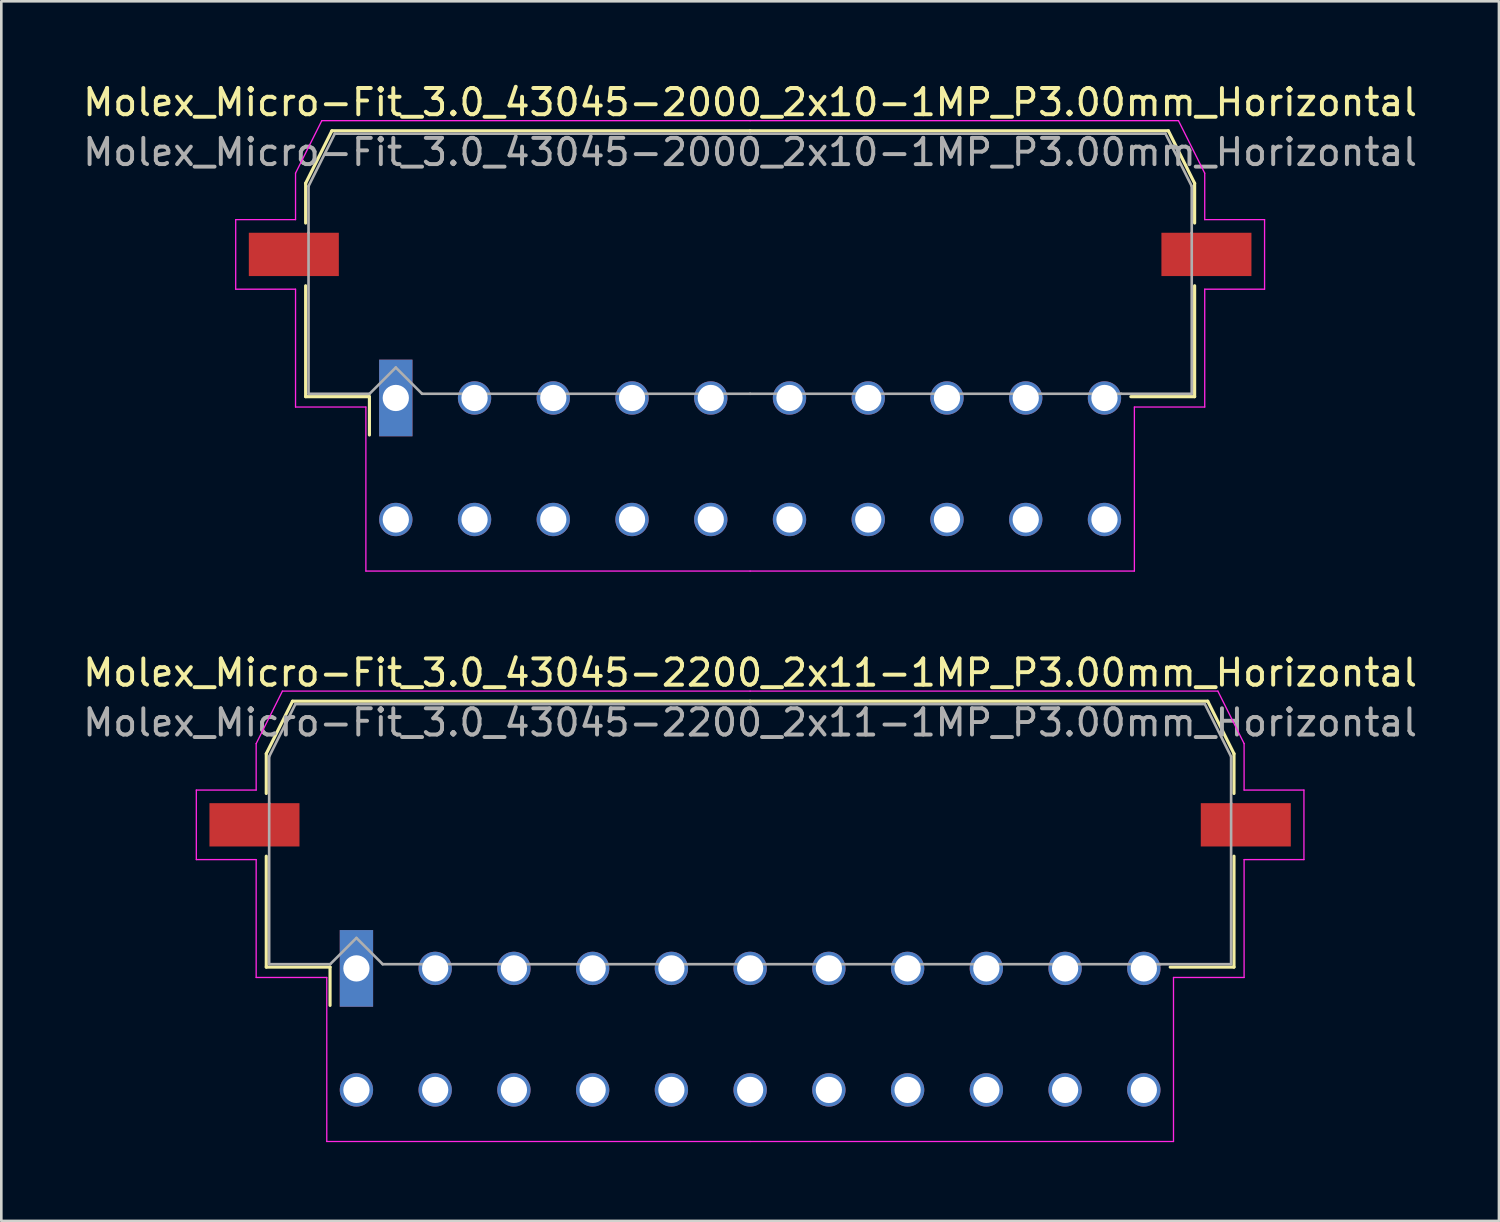
<source format=kicad_pcb>
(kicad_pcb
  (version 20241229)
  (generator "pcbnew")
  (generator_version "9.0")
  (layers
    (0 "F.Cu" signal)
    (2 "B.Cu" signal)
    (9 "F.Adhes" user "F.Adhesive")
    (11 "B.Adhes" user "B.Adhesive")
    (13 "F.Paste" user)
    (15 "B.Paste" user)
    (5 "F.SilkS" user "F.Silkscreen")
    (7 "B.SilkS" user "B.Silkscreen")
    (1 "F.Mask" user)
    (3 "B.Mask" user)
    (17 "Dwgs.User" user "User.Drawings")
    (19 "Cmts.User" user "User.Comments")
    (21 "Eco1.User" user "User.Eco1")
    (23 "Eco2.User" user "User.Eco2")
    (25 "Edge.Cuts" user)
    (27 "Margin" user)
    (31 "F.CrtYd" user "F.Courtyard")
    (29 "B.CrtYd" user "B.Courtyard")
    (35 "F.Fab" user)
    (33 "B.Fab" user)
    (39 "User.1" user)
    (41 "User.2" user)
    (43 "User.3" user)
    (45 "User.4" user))
  (footprint "Molex_Micro-Fit_3.0_43045-2200_2x11-1MP_P3.00mm_Horizontal"
    (layer "F.Cu")
    (at 25.53 36.161)
    (property "Reference" "Molex_Micro-Fit_3.0_43045-2200_2x11-1MP_P3.00mm_Horizontal" (at 0 -13.58 0) (layer "F.SilkS") (effects (font (size 1 1) (thickness 0.15))))
    (attr through_hole)
    (fp_line (start -18.435 -10.495) (end -18.435 -8.98) (stroke (width 0.12) (type solid)) (layer "F.SilkS"))
    (fp_line (start -18.435 -6.59) (end -18.435 -2.365) (stroke (width 0.12) (type solid)) (layer "F.SilkS"))
    (fp_line (start -18.435 -2.365) (end -16.005 -2.365) (stroke (width 0.12) (type solid)) (layer "F.SilkS"))
    (fp_line (start -17.435 -12.495) (end -18.435 -10.495) (stroke (width 0.12) (type solid)) (layer "F.SilkS"))
    (fp_line (start -16.005 -2.365) (end -16.005 -0.905) (stroke (width 0.12) (type solid)) (layer "F.SilkS"))
    (fp_line (start 0 -12.495) (end -17.435 -12.495) (stroke (width 0.12) (type solid)) (layer "F.SilkS"))
    (fp_line (start 0 -12.495) (end 17.435 -12.495) (stroke (width 0.12) (type solid)) (layer "F.SilkS"))
    (fp_line (start 17.435 -12.495) (end 18.435 -10.495) (stroke (width 0.12) (type solid)) (layer "F.SilkS"))
    (fp_line (start 18.435 -10.495) (end 18.435 -8.98) (stroke (width 0.12) (type solid)) (layer "F.SilkS"))
    (fp_line (start 18.435 -6.59) (end 18.435 -2.365) (stroke (width 0.12) (type solid)) (layer "F.SilkS"))
    (fp_line (start 18.435 -2.365) (end 16.005 -2.365) (stroke (width 0.12) (type solid)) (layer "F.SilkS"))
    (fp_line (start -21.1 -9.11) (end -21.1 -6.46) (stroke (width 0.05) (type solid)) (layer "F.CrtYd"))
    (fp_line (start -21.1 -6.46) (end -18.82 -6.46) (stroke (width 0.05) (type solid)) (layer "F.CrtYd"))
    (fp_line (start -18.82 -10.88) (end -18.82 -9.11) (stroke (width 0.05) (type solid)) (layer "F.CrtYd"))
    (fp_line (start -18.82 -9.11) (end -21.1 -9.11) (stroke (width 0.05) (type solid)) (layer "F.CrtYd"))
    (fp_line (start -18.82 -6.46) (end -18.82 -1.97) (stroke (width 0.05) (type solid)) (layer "F.CrtYd"))
    (fp_line (start -18.82 -1.97) (end -16.13 -1.97) (stroke (width 0.05) (type solid)) (layer "F.CrtYd"))
    (fp_line (start -17.82 -12.88) (end -18.82 -10.88) (stroke (width 0.05) (type solid)) (layer "F.CrtYd"))
    (fp_line (start -16.13 -1.97) (end -16.13 4.28) (stroke (width 0.05) (type solid)) (layer "F.CrtYd"))
    (fp_line (start -16.13 4.28) (end 0 4.28) (stroke (width 0.05) (type solid)) (layer "F.CrtYd"))
    (fp_line (start 0 -12.88) (end -17.82 -12.88) (stroke (width 0.05) (type solid)) (layer "F.CrtYd"))
    (fp_line (start 0 -12.88) (end 17.82 -12.88) (stroke (width 0.05) (type solid)) (layer "F.CrtYd"))
    (fp_line (start 16.13 -1.97) (end 16.13 4.28) (stroke (width 0.05) (type solid)) (layer "F.CrtYd"))
    (fp_line (start 16.13 4.28) (end 0 4.28) (stroke (width 0.05) (type solid)) (layer "F.CrtYd"))
    (fp_line (start 17.82 -12.88) (end 18.82 -10.88) (stroke (width 0.05) (type solid)) (layer "F.CrtYd"))
    (fp_line (start 18.82 -10.88) (end 18.82 -9.11) (stroke (width 0.05) (type solid)) (layer "F.CrtYd"))
    (fp_line (start 18.82 -9.11) (end 21.1 -9.11) (stroke (width 0.05) (type solid)) (layer "F.CrtYd"))
    (fp_line (start 18.82 -6.46) (end 18.82 -1.97) (stroke (width 0.05) (type solid)) (layer "F.CrtYd"))
    (fp_line (start 18.82 -1.97) (end 16.13 -1.97) (stroke (width 0.05) (type solid)) (layer "F.CrtYd"))
    (fp_line (start 21.1 -9.11) (end 21.1 -6.46) (stroke (width 0.05) (type solid)) (layer "F.CrtYd"))
    (fp_line (start 21.1 -6.46) (end 18.82 -6.46) (stroke (width 0.05) (type solid)) (layer "F.CrtYd"))
    (fp_line (start -18.325 -10.385) (end -18.325 -8.61) (stroke (width 0.1) (type solid)) (layer "F.Fab"))
    (fp_line (start -18.325 -8.61) (end -18.325 -2.475) (stroke (width 0.1) (type solid)) (layer "F.Fab"))
    (fp_line (start -18.325 -2.475) (end -16 -2.475) (stroke (width 0.1) (type solid)) (layer "F.Fab"))
    (fp_line (start -17.325 -12.385) (end -18.325 -10.385) (stroke (width 0.1) (type solid)) (layer "F.Fab"))
    (fp_line (start -16 -2.475) (end -15 -3.475) (stroke (width 0.1) (type solid)) (layer "F.Fab"))
    (fp_line (start -15 -3.475) (end -14 -2.475) (stroke (width 0.1) (type solid)) (layer "F.Fab"))
    (fp_line (start -14 -2.475) (end 0 -2.475) (stroke (width 0.1) (type solid)) (layer "F.Fab"))
    (fp_line (start 0 -12.385) (end -17.325 -12.385) (stroke (width 0.1) (type solid)) (layer "F.Fab"))
    (fp_line (start 0 -12.385) (end 17.325 -12.385) (stroke (width 0.1) (type solid)) (layer "F.Fab"))
    (fp_line (start 15.635 -2.475) (end 0 -2.475) (stroke (width 0.1) (type solid)) (layer "F.Fab"))
    (fp_line (start 17.325 -12.385) (end 18.325 -10.385) (stroke (width 0.1) (type solid)) (layer "F.Fab"))
    (fp_line (start 18.325 -10.385) (end 18.325 -8.61) (stroke (width 0.1) (type solid)) (layer "F.Fab"))
    (fp_line (start 18.325 -8.61) (end 18.325 -2.475) (stroke (width 0.1) (type solid)) (layer "F.Fab"))
    (fp_line (start 18.325 -2.475) (end 15.635 -2.475) (stroke (width 0.1) (type solid)) (layer "F.Fab"))
    (fp_text user "${REFERENCE}" (at 0 -11.68 0) (layer "F.Fab") (effects (font (size 1 1) (thickness 0.15))))
    (pad "1" thru_hole rect (at -15 -2.315) (size 1.27 2.92) (drill 1) (layers "*.Cu" "*.Mask"))
    (pad "2" thru_hole circle (at -12 -2.315) (size 1.27 1.27) (drill 1) (layers "*.Cu" "*.Mask"))
    (pad "3" thru_hole circle (at -9 -2.315) (size 1.27 1.27) (drill 1) (layers "*.Cu" "*.Mask"))
    (pad "4" thru_hole circle (at -6 -2.315) (size 1.27 1.27) (drill 1) (layers "*.Cu" "*.Mask"))
    (pad "5" thru_hole circle (at -3 -2.315) (size 1.27 1.27) (drill 1) (layers "*.Cu" "*.Mask"))
    (pad "6" thru_hole circle (at 0 -2.315) (size 1.27 1.27) (drill 1) (layers "*.Cu" "*.Mask"))
    (pad "7" thru_hole circle (at 3 -2.315) (size 1.27 1.27) (drill 1) (layers "*.Cu" "*.Mask"))
    (pad "8" thru_hole circle (at 6 -2.315) (size 1.27 1.27) (drill 1) (layers "*.Cu" "*.Mask"))
    (pad "9" thru_hole circle (at 9 -2.315) (size 1.27 1.27) (drill 1) (layers "*.Cu" "*.Mask"))
    (pad "10" thru_hole circle (at 12 -2.315) (size 1.27 1.27) (drill 1) (layers "*.Cu" "*.Mask"))
    (pad "11" thru_hole circle (at 15 -2.315) (size 1.27 1.27) (drill 1) (layers "*.Cu" "*.Mask"))
    (pad "12" thru_hole circle (at -15 2.315) (size 1.27 1.27) (drill 1) (layers "*.Cu" "*.Mask"))
    (pad "13" thru_hole circle (at -12 2.315) (size 1.27 1.27) (drill 1) (layers "*.Cu" "*.Mask"))
    (pad "14" thru_hole circle (at -9 2.315) (size 1.27 1.27) (drill 1) (layers "*.Cu" "*.Mask"))
    (pad "15" thru_hole circle (at -6 2.315) (size 1.27 1.27) (drill 1) (layers "*.Cu" "*.Mask"))
    (pad "16" thru_hole circle (at -3 2.315) (size 1.27 1.27) (drill 1) (layers "*.Cu" "*.Mask"))
    (pad "17" thru_hole circle (at 0 2.315) (size 1.27 1.27) (drill 1) (layers "*.Cu" "*.Mask"))
    (pad "18" thru_hole circle (at 3 2.315) (size 1.27 1.27) (drill 1) (layers "*.Cu" "*.Mask"))
    (pad "19" thru_hole circle (at 6 2.315) (size 1.27 1.27) (drill 1) (layers "*.Cu" "*.Mask"))
    (pad "20" thru_hole circle (at 9 2.315) (size 1.27 1.27) (drill 1) (layers "*.Cu" "*.Mask"))
    (pad "21" thru_hole circle (at 12 2.315) (size 1.27 1.27) (drill 1) (layers "*.Cu" "*.Mask"))
    (pad "22" thru_hole circle (at 15 2.315) (size 1.27 1.27) (drill 1) (layers "*.Cu" "*.Mask"))
    (pad "MP" smd rect (at -18.885 -7.785) (size 3.43 1.65) (layers "F.Cu" "F.Mask" "F.Paste"))
    (pad "MP" smd rect (at 18.885 -7.785) (size 3.43 1.65) (layers "F.Cu" "F.Mask" "F.Paste")))
  (footprint "Molex_Micro-Fit_3.0_43045-2000_2x10-1MP_P3.00mm_Horizontal"
    (layer "F.Cu")
    (at 25.53 14.428)
    (property "Reference" "Molex_Micro-Fit_3.0_43045-2000_2x10-1MP_P3.00mm_Horizontal" (at 0 -13.58 0) (layer "F.SilkS") (effects (font (size 1 1) (thickness 0.15))))
    (attr through_hole)
    (fp_line (start -16.935 -10.495) (end -16.935 -8.98) (stroke (width 0.12) (type solid)) (layer "F.SilkS"))
    (fp_line (start -16.935 -6.59) (end -16.935 -2.365) (stroke (width 0.12) (type solid)) (layer "F.SilkS"))
    (fp_line (start -16.935 -2.365) (end -14.505 -2.365) (stroke (width 0.12) (type solid)) (layer "F.SilkS"))
    (fp_line (start -15.935 -12.495) (end -16.935 -10.495) (stroke (width 0.12) (type solid)) (layer "F.SilkS"))
    (fp_line (start -14.505 -2.365) (end -14.505 -0.905) (stroke (width 0.12) (type solid)) (layer "F.SilkS"))
    (fp_line (start 0 -12.495) (end -15.935 -12.495) (stroke (width 0.12) (type solid)) (layer "F.SilkS"))
    (fp_line (start 0 -12.495) (end 15.935 -12.495) (stroke (width 0.12) (type solid)) (layer "F.SilkS"))
    (fp_line (start 15.935 -12.495) (end 16.935 -10.495) (stroke (width 0.12) (type solid)) (layer "F.SilkS"))
    (fp_line (start 16.935 -10.495) (end 16.935 -8.98) (stroke (width 0.12) (type solid)) (layer "F.SilkS"))
    (fp_line (start 16.935 -6.59) (end 16.935 -2.365) (stroke (width 0.12) (type solid)) (layer "F.SilkS"))
    (fp_line (start 16.935 -2.365) (end 14.505 -2.365) (stroke (width 0.12) (type solid)) (layer "F.SilkS"))
    (fp_line (start -19.6 -9.11) (end -19.6 -6.46) (stroke (width 0.05) (type solid)) (layer "F.CrtYd"))
    (fp_line (start -19.6 -6.46) (end -17.32 -6.46) (stroke (width 0.05) (type solid)) (layer "F.CrtYd"))
    (fp_line (start -17.32 -10.88) (end -17.32 -9.11) (stroke (width 0.05) (type solid)) (layer "F.CrtYd"))
    (fp_line (start -17.32 -9.11) (end -19.6 -9.11) (stroke (width 0.05) (type solid)) (layer "F.CrtYd"))
    (fp_line (start -17.32 -6.46) (end -17.32 -1.97) (stroke (width 0.05) (type solid)) (layer "F.CrtYd"))
    (fp_line (start -17.32 -1.97) (end -14.64 -1.97) (stroke (width 0.05) (type solid)) (layer "F.CrtYd"))
    (fp_line (start -16.32 -12.88) (end -17.32 -10.88) (stroke (width 0.05) (type solid)) (layer "F.CrtYd"))
    (fp_line (start -14.64 -1.97) (end -14.64 4.28) (stroke (width 0.05) (type solid)) (layer "F.CrtYd"))
    (fp_line (start -14.64 4.28) (end 0 4.28) (stroke (width 0.05) (type solid)) (layer "F.CrtYd"))
    (fp_line (start 0 -12.88) (end -16.32 -12.88) (stroke (width 0.05) (type solid)) (layer "F.CrtYd"))
    (fp_line (start 0 -12.88) (end 16.32 -12.88) (stroke (width 0.05) (type solid)) (layer "F.CrtYd"))
    (fp_line (start 14.64 -1.97) (end 14.64 4.28) (stroke (width 0.05) (type solid)) (layer "F.CrtYd"))
    (fp_line (start 14.64 4.28) (end 0 4.28) (stroke (width 0.05) (type solid)) (layer "F.CrtYd"))
    (fp_line (start 16.32 -12.88) (end 17.32 -10.88) (stroke (width 0.05) (type solid)) (layer "F.CrtYd"))
    (fp_line (start 17.32 -10.88) (end 17.32 -9.11) (stroke (width 0.05) (type solid)) (layer "F.CrtYd"))
    (fp_line (start 17.32 -9.11) (end 19.6 -9.11) (stroke (width 0.05) (type solid)) (layer "F.CrtYd"))
    (fp_line (start 17.32 -6.46) (end 17.32 -1.97) (stroke (width 0.05) (type solid)) (layer "F.CrtYd"))
    (fp_line (start 17.32 -1.97) (end 14.64 -1.97) (stroke (width 0.05) (type solid)) (layer "F.CrtYd"))
    (fp_line (start 19.6 -9.11) (end 19.6 -6.46) (stroke (width 0.05) (type solid)) (layer "F.CrtYd"))
    (fp_line (start 19.6 -6.46) (end 17.32 -6.46) (stroke (width 0.05) (type solid)) (layer "F.CrtYd"))
    (fp_line (start -16.825 -10.385) (end -16.825 -8.61) (stroke (width 0.1) (type solid)) (layer "F.Fab"))
    (fp_line (start -16.825 -8.61) (end -16.825 -2.475) (stroke (width 0.1) (type solid)) (layer "F.Fab"))
    (fp_line (start -16.825 -2.475) (end -14.5 -2.475) (stroke (width 0.1) (type solid)) (layer "F.Fab"))
    (fp_line (start -15.825 -12.385) (end -16.825 -10.385) (stroke (width 0.1) (type solid)) (layer "F.Fab"))
    (fp_line (start -14.5 -2.475) (end -13.5 -3.475) (stroke (width 0.1) (type solid)) (layer "F.Fab"))
    (fp_line (start -13.5 -3.475) (end -12.5 -2.475) (stroke (width 0.1) (type solid)) (layer "F.Fab"))
    (fp_line (start -12.5 -2.475) (end 0 -2.475) (stroke (width 0.1) (type solid)) (layer "F.Fab"))
    (fp_line (start 0 -12.385) (end -15.825 -12.385) (stroke (width 0.1) (type solid)) (layer "F.Fab"))
    (fp_line (start 0 -12.385) (end 15.825 -12.385) (stroke (width 0.1) (type solid)) (layer "F.Fab"))
    (fp_line (start 14.135 -2.475) (end 0 -2.475) (stroke (width 0.1) (type solid)) (layer "F.Fab"))
    (fp_line (start 15.825 -12.385) (end 16.825 -10.385) (stroke (width 0.1) (type solid)) (layer "F.Fab"))
    (fp_line (start 16.825 -10.385) (end 16.825 -8.61) (stroke (width 0.1) (type solid)) (layer "F.Fab"))
    (fp_line (start 16.825 -8.61) (end 16.825 -2.475) (stroke (width 0.1) (type solid)) (layer "F.Fab"))
    (fp_line (start 16.825 -2.475) (end 14.135 -2.475) (stroke (width 0.1) (type solid)) (layer "F.Fab"))
    (fp_text user "${REFERENCE}" (at 0 -11.68 0) (layer "F.Fab") (effects (font (size 1 1) (thickness 0.15))))
    (pad "1" thru_hole rect (at -13.5 -2.315) (size 1.27 2.92) (drill 1) (layers "*.Cu" "*.Mask"))
    (pad "2" thru_hole circle (at -10.5 -2.315) (size 1.27 1.27) (drill 1) (layers "*.Cu" "*.Mask"))
    (pad "3" thru_hole circle (at -7.5 -2.315) (size 1.27 1.27) (drill 1) (layers "*.Cu" "*.Mask"))
    (pad "4" thru_hole circle (at -4.5 -2.315) (size 1.27 1.27) (drill 1) (layers "*.Cu" "*.Mask"))
    (pad "5" thru_hole circle (at -1.5 -2.315) (size 1.27 1.27) (drill 1) (layers "*.Cu" "*.Mask"))
    (pad "6" thru_hole circle (at 1.5 -2.315) (size 1.27 1.27) (drill 1) (layers "*.Cu" "*.Mask"))
    (pad "7" thru_hole circle (at 4.5 -2.315) (size 1.27 1.27) (drill 1) (layers "*.Cu" "*.Mask"))
    (pad "8" thru_hole circle (at 7.5 -2.315) (size 1.27 1.27) (drill 1) (layers "*.Cu" "*.Mask"))
    (pad "9" thru_hole circle (at 10.5 -2.315) (size 1.27 1.27) (drill 1) (layers "*.Cu" "*.Mask"))
    (pad "10" thru_hole circle (at 13.5 -2.315) (size 1.27 1.27) (drill 1) (layers "*.Cu" "*.Mask"))
    (pad "11" thru_hole circle (at -13.5 2.315) (size 1.27 1.27) (drill 1) (layers "*.Cu" "*.Mask"))
    (pad "12" thru_hole circle (at -10.5 2.315) (size 1.27 1.27) (drill 1) (layers "*.Cu" "*.Mask"))
    (pad "13" thru_hole circle (at -7.5 2.315) (size 1.27 1.27) (drill 1) (layers "*.Cu" "*.Mask"))
    (pad "14" thru_hole circle (at -4.5 2.315) (size 1.27 1.27) (drill 1) (layers "*.Cu" "*.Mask"))
    (pad "15" thru_hole circle (at -1.5 2.315) (size 1.27 1.27) (drill 1) (layers "*.Cu" "*.Mask"))
    (pad "16" thru_hole circle (at 1.5 2.315) (size 1.27 1.27) (drill 1) (layers "*.Cu" "*.Mask"))
    (pad "17" thru_hole circle (at 4.5 2.315) (size 1.27 1.27) (drill 1) (layers "*.Cu" "*.Mask"))
    (pad "18" thru_hole circle (at 7.5 2.315) (size 1.27 1.27) (drill 1) (layers "*.Cu" "*.Mask"))
    (pad "19" thru_hole circle (at 10.5 2.315) (size 1.27 1.27) (drill 1) (layers "*.Cu" "*.Mask"))
    (pad "20" thru_hole circle (at 13.5 2.315) (size 1.27 1.27) (drill 1) (layers "*.Cu" "*.Mask"))
    (pad "MP" smd rect (at -17.385 -7.785) (size 3.43 1.65) (layers "F.Cu" "F.Mask" "F.Paste"))
    (pad "MP" smd rect (at 17.385 -7.785) (size 3.43 1.65) (layers "F.Cu" "F.Mask" "F.Paste")))
  (gr_rect
    (start -3 -3)
    (end 54.06 43.467)
    (stroke (width 0.1) (type default))
    (fill no)
    (layer "Edge.Cuts")))
</source>
